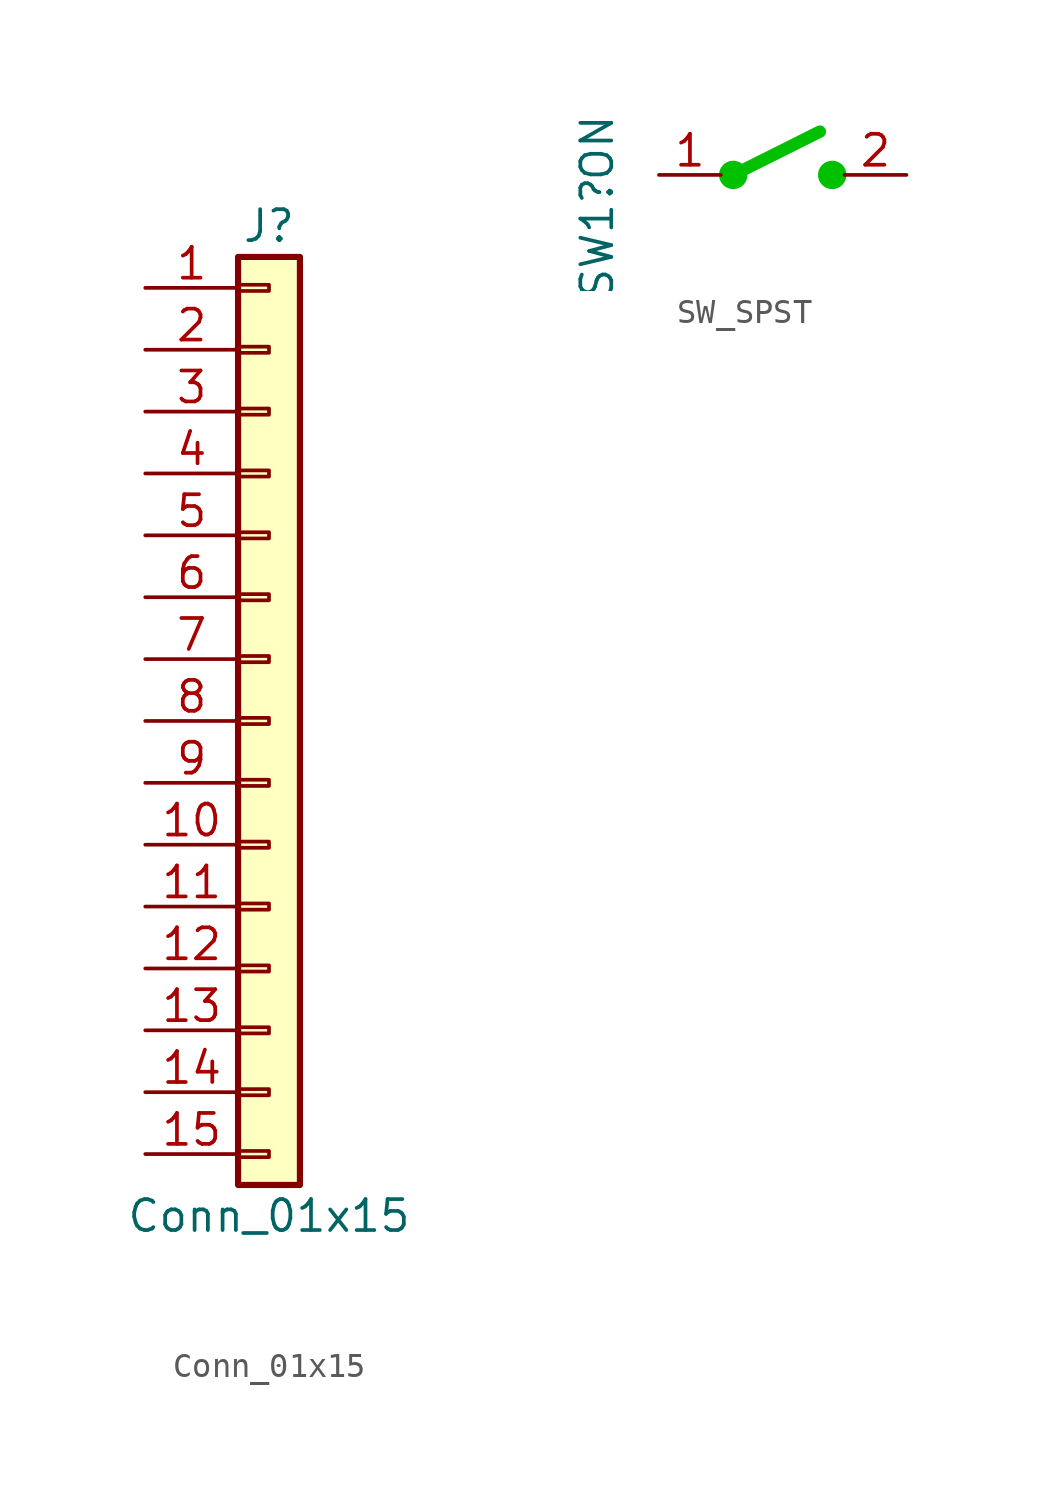
<source format=kicad_sym>
(kicad_symbol_lib
  (version 20231120)
  (generator "kicad_symbol_editor")
  (generator_version "8.0")
  (symbol "Conn_01x15"
    (pin_names
      (offset 1.016) hide)
    (property "Reference" "J"
      (at 0 20.32 0)
      (effects (font (size 1.27 1.27))))
    (property "Value" "Conn_01x15"
      (at 0 -20.32 0)
      (effects (font (size 1.27 1.27))))
    (symbol "Conn_01x15_1_1"
      (rectangle (start -1.27 -17.653) (end 0 -17.907) (stroke (width 0.152) (type default)) (fill (type none)))
      (rectangle (start -1.27 -15.113) (end 0 -15.367) (stroke (width 0.152) (type default)) (fill (type none)))
      (rectangle (start -1.27 -12.573) (end 0 -12.827) (stroke (width 0.152) (type default)) (fill (type none)))
      (rectangle (start -1.27 -10.033) (end 0 -10.287) (stroke (width 0.152) (type default)) (fill (type none)))
      (rectangle (start -1.27 -7.493) (end 0 -7.747) (stroke (width 0.152) (type default)) (fill (type none)))
      (rectangle (start -1.27 -4.953) (end 0 -5.207) (stroke (width 0.152) (type default)) (fill (type none)))
      (rectangle (start -1.27 -2.413) (end 0 -2.667) (stroke (width 0.152) (type default)) (fill (type none)))
      (rectangle (start -1.27 0.127) (end 0 -0.127) (stroke (width 0.152) (type default)) (fill (type none)))
      (rectangle (start -1.27 2.667) (end 0 2.413) (stroke (width 0.152) (type default)) (fill (type none)))
      (rectangle (start -1.27 5.207) (end 0 4.953) (stroke (width 0.152) (type default)) (fill (type none)))
      (rectangle (start -1.27 7.747) (end 0 7.493) (stroke (width 0.152) (type default)) (fill (type none)))
      (rectangle (start -1.27 10.287) (end 0 10.033) (stroke (width 0.152) (type default)) (fill (type none)))
      (rectangle (start -1.27 12.827) (end 0 12.573) (stroke (width 0.152) (type default)) (fill (type none)))
      (rectangle (start -1.27 15.367) (end 0 15.113) (stroke (width 0.152) (type default)) (fill (type none)))
      (rectangle (start -1.27 17.907) (end 0 17.653) (stroke (width 0.152) (type default)) (fill (type none)))
      (rectangle (start -1.27 19.05) (end 1.27 -19.05) (stroke (width 0.254) (type default)) (fill (type background)))
      (pin passive line (at -5.08 17.78 0) (length 3.81) (name "Pin_1" (effects (font (size 1.27 1.27)))) (number "1" (effects (font (size 1.27 1.27)))))
      (pin passive line (at -5.08 -5.08 0) (length 3.81) (name "Pin_10" (effects (font (size 1.27 1.27)))) (number "10" (effects (font (size 1.27 1.27)))))
      (pin passive line (at -5.08 -7.62 0) (length 3.81) (name "Pin_11" (effects (font (size 1.27 1.27)))) (number "11" (effects (font (size 1.27 1.27)))))
      (pin passive line (at -5.08 -10.16 0) (length 3.81) (name "Pin_12" (effects (font (size 1.27 1.27)))) (number "12" (effects (font (size 1.27 1.27)))))
      (pin passive line (at -5.08 -12.7 0) (length 3.81) (name "Pin_13" (effects (font (size 1.27 1.27)))) (number "13" (effects (font (size 1.27 1.27)))))
      (pin passive line (at -5.08 -15.24 0) (length 3.81) (name "Pin_14" (effects (font (size 1.27 1.27)))) (number "14" (effects (font (size 1.27 1.27)))))
      (pin passive line (at -5.08 -17.78 0) (length 3.81) (name "Pin_15" (effects (font (size 1.27 1.27)))) (number "15" (effects (font (size 1.27 1.27)))))
      (pin passive line (at -5.08 15.24 0) (length 3.81) (name "Pin_2" (effects (font (size 1.27 1.27)))) (number "2" (effects (font (size 1.27 1.27)))))
      (pin passive line (at -5.08 12.7 0) (length 3.81) (name "Pin_3" (effects (font (size 1.27 1.27)))) (number "3" (effects (font (size 1.27 1.27)))))
      (pin passive line (at -5.08 10.16 0) (length 3.81) (name "Pin_4" (effects (font (size 1.27 1.27)))) (number "4" (effects (font (size 1.27 1.27)))))
      (pin passive line (at -5.08 7.62 0) (length 3.81) (name "Pin_5" (effects (font (size 1.27 1.27)))) (number "5" (effects (font (size 1.27 1.27)))))
      (pin passive line (at -5.08 5.08 0) (length 3.81) (name "Pin_6" (effects (font (size 1.27 1.27)))) (number "6" (effects (font (size 1.27 1.27)))))
      (pin passive line (at -5.08 2.54 0) (length 3.81) (name "Pin_7" (effects (font (size 1.27 1.27)))) (number "7" (effects (font (size 1.27 1.27)))))
      (pin passive line (at -5.08 0 0) (length 3.81) (name "Pin_8" (effects (font (size 1.27 1.27)))) (number "8" (effects (font (size 1.27 1.27)))))
      (pin passive line (at -5.08 -2.54 0) (length 3.81) (name "Pin_9" (effects (font (size 1.27 1.27)))) (number "9" (effects (font (size 1.27 1.27)))))))
  (symbol "SW_SPST"
    (pin_names
      (offset 0) hide)
    (property "Reference" "SW1"
      (at -7.62 0 90)
      (effects (font (size 1.27 1.27)) (justify right)))
    (property "Value" "ON"
      (at -7.62 2.54 90)
      (effects (font (size 1.27 1.27)) (justify right)))
    (symbol "SW_SPST_1_0"
      (circle (center -2.032 0) (radius 0.508) (stroke (width 0) (type default) (color 0 192 0 1)) (fill (type outline)))
      (polyline (pts (xy -1.524 0.254) (xy 1.524 1.778)) (stroke (width 0.508) (type default) (color 0 192 0 1)) (fill (type none)))
      (circle (center 2.032 0) (radius 0.508) (stroke (width 0) (type default) (color 0 192 0 1)) (fill (type outline))))
    (symbol "SW_SPST_1_1"
      (pin passive line (at -5.08 0 0) (length 2.54) (name "A" (effects (font (size 1.27 1.27)))) (number "1" (effects (font (size 1.27 1.27)))))
      (pin passive line (at 5.08 0 180) (length 2.54) (name "B" (effects (font (size 1.27 1.27)))) (number "2" (effects (font (size 1.27 1.27)))))
      (pin no_connect line (at 3.81 2.54 180) (length 2.54) hide (name "C" (effects (font (size 1.27 1.27)))) (number "3" (effects (font (size 1.27 1.27))))))))
</source>
